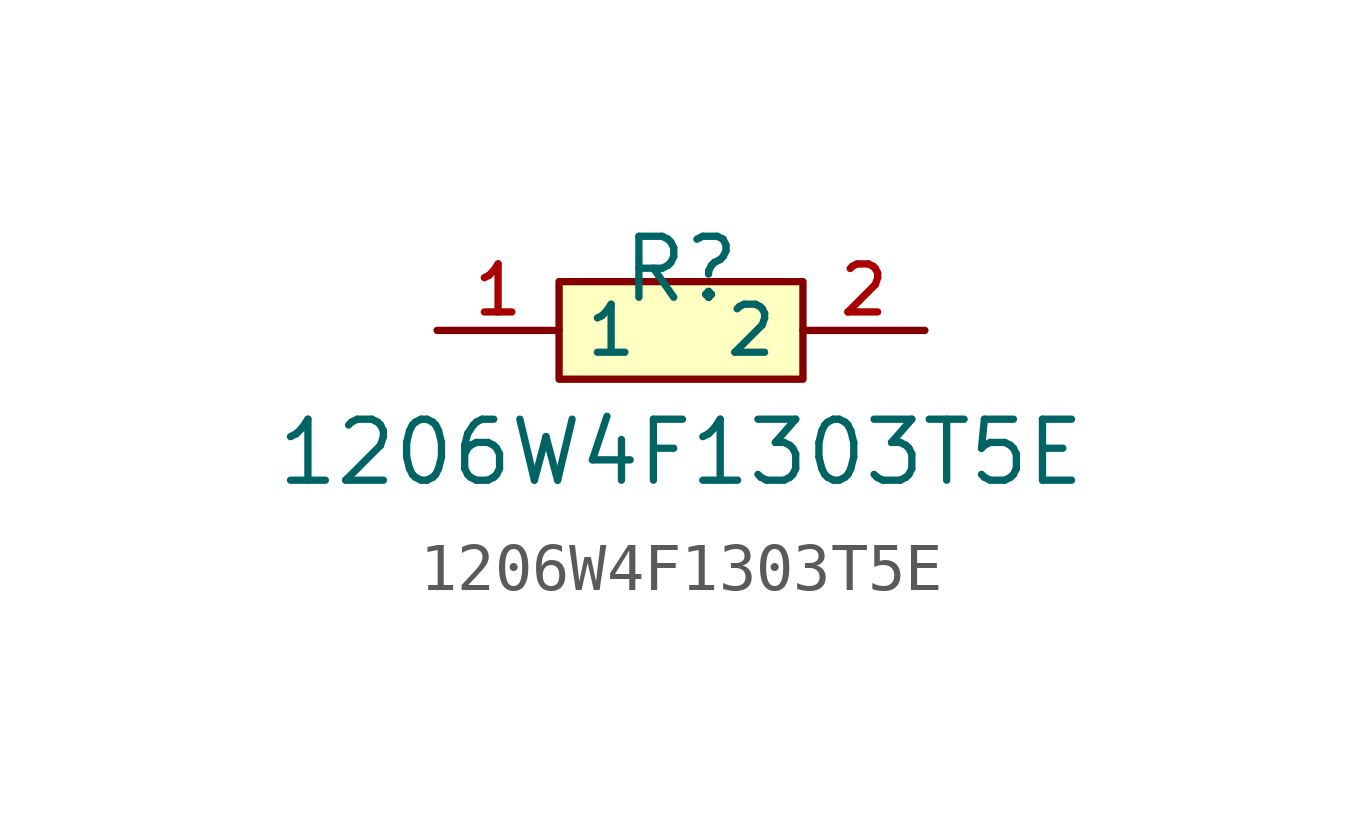
<source format=kicad_sym>
(kicad_symbol_lib
  (version 20210201)
  (generator TousstNicolas/JLC2KiCad_lib)
  (symbol "1206W4F1303T5E"
    (property "Reference" "R"
      (at 0 1.27 0)
      (effects (font (size 1.27 1.27))))
    (property "Value" "1206W4F1303T5E"
      (at 0 -2.54 0)
      (effects (font (size 1.27 1.27))))
    (symbol "1206W4F1303T5E_0_1"
      (pin input line (at 5.08 -0.0 180) (length 2.54) (name "2" (effects (font (size 1 1)))) (number "2" (effects (font (size 1 1)))))
      (pin input line (at -5.08 -0.0 0) (length 2.54) (name "1" (effects (font (size 1 1)))) (number "1" (effects (font (size 1 1)))))
      (rectangle (start -2.54 1.016) (end 2.54 -1.016) (stroke (width 0) (type default) (color 0 0 0 0)) (fill (type background))))))
</source>
